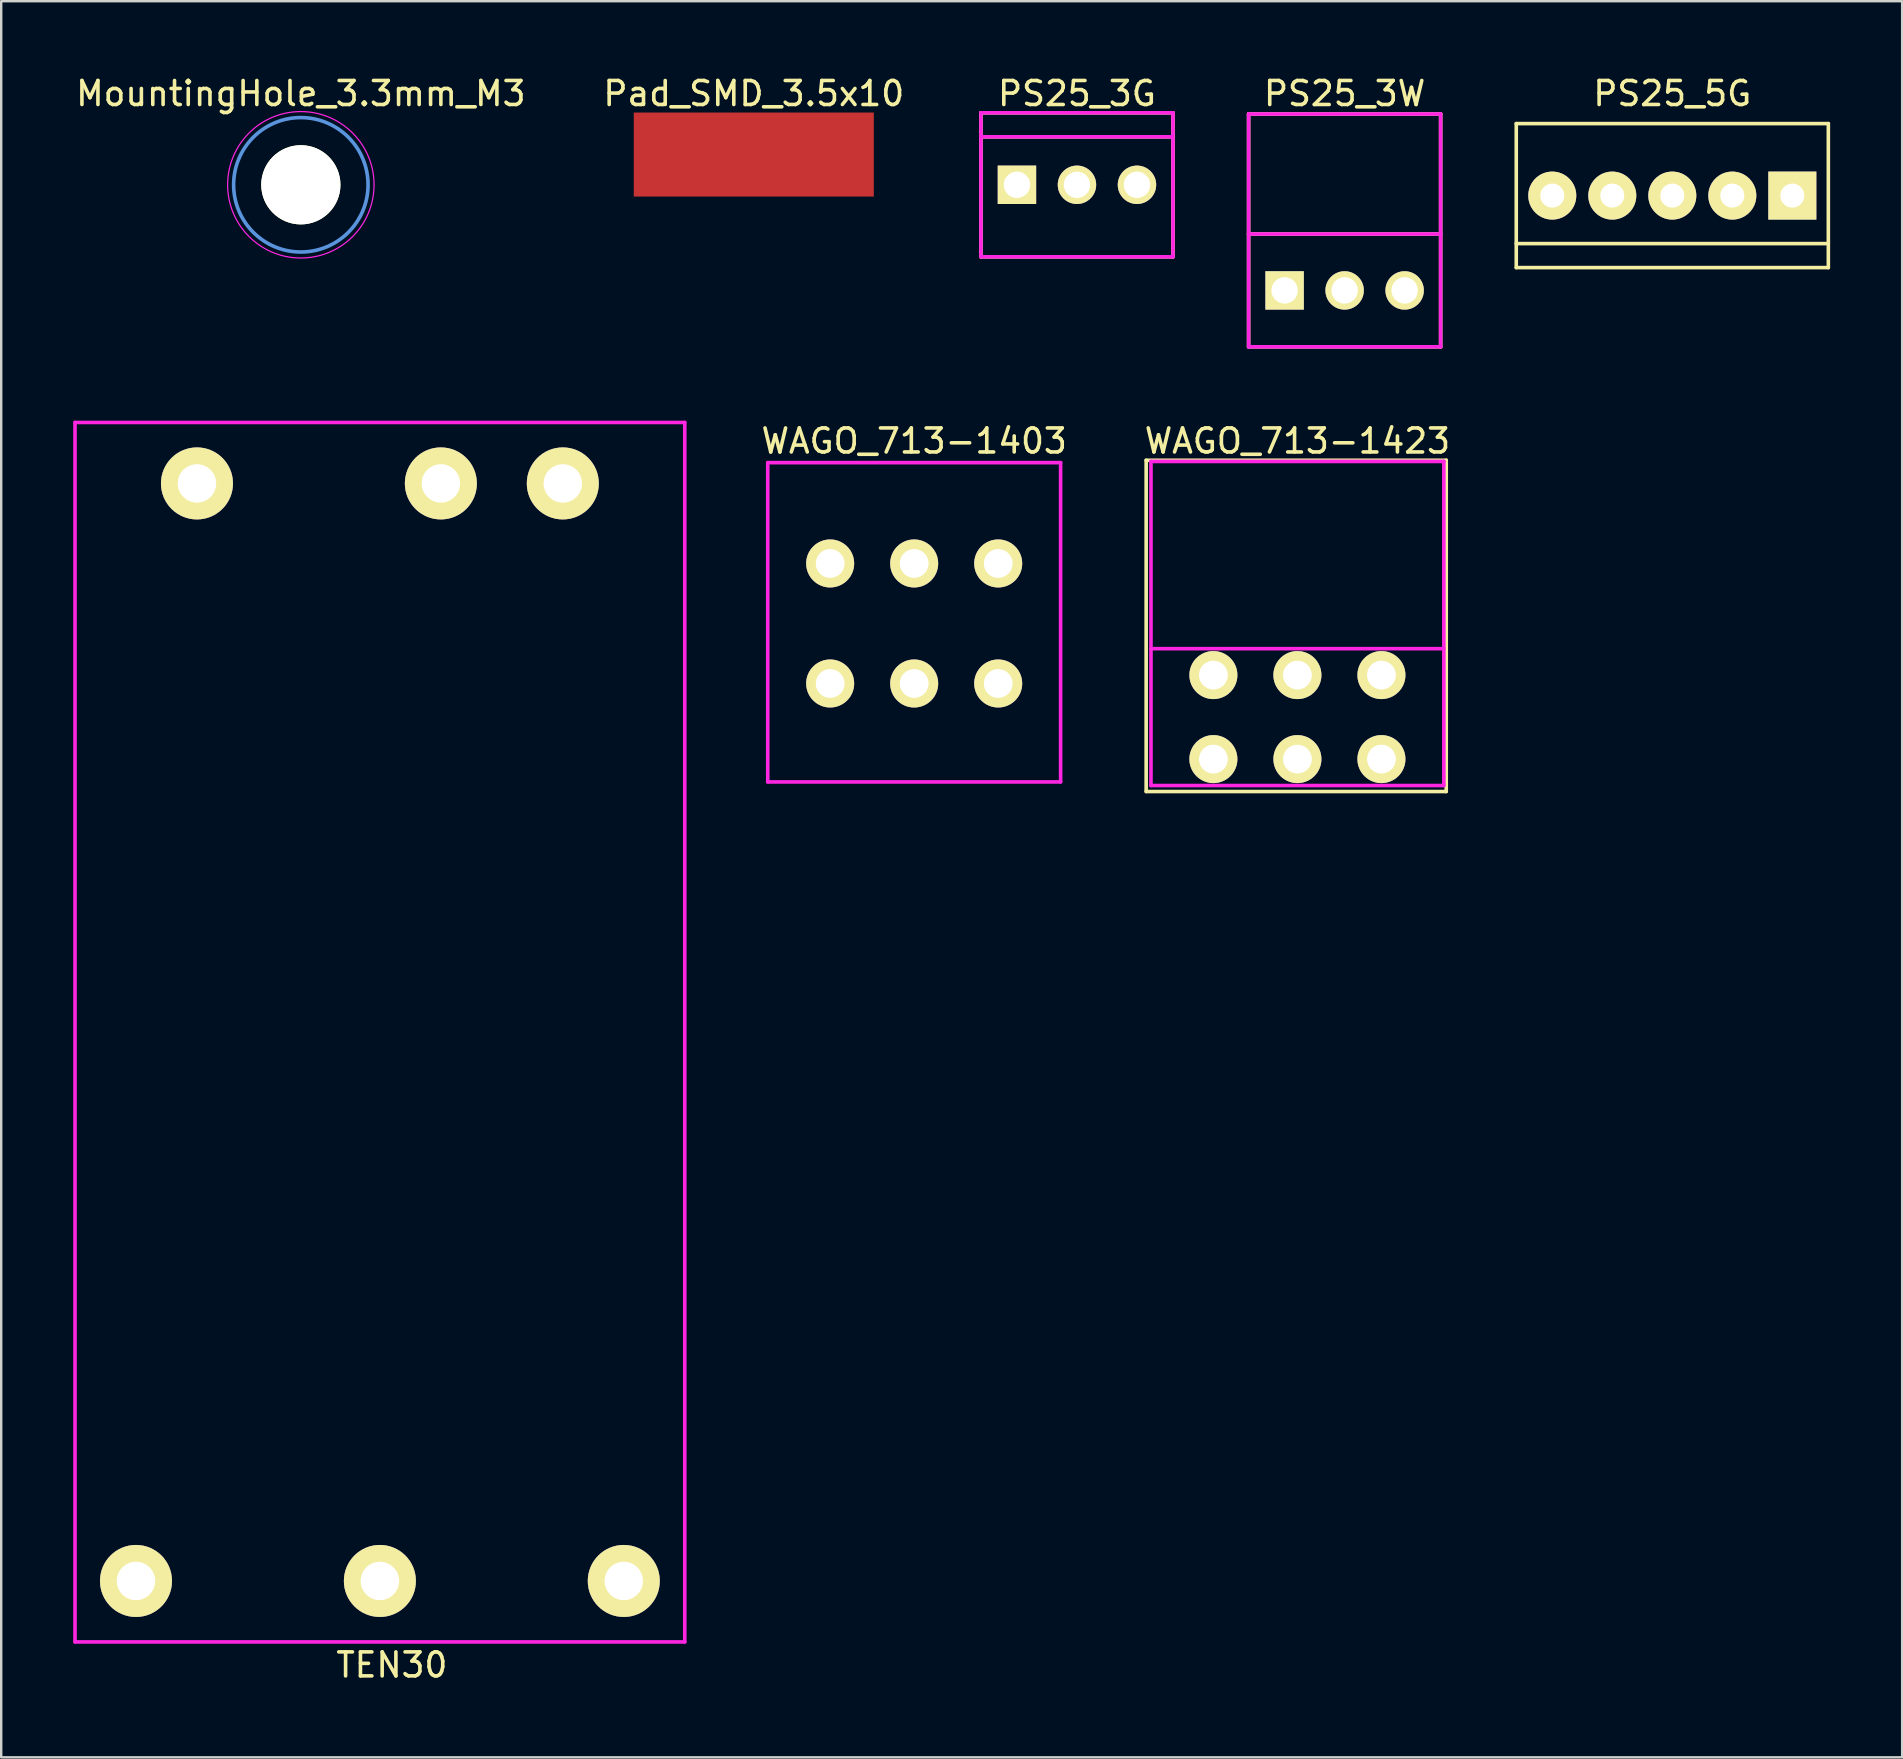
<source format=kicad_pcb>
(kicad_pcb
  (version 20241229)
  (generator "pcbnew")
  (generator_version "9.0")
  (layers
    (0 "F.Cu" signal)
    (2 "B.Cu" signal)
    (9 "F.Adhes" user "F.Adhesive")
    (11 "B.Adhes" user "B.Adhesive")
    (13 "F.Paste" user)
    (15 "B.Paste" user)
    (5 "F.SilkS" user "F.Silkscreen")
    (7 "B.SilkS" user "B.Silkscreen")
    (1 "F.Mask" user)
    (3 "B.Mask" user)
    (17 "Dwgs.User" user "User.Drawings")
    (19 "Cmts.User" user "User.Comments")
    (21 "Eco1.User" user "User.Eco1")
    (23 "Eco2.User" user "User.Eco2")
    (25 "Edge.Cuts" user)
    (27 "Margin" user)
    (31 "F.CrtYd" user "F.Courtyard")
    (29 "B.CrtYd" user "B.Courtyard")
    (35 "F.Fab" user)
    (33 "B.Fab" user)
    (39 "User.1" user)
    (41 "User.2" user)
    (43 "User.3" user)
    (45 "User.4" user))
  (footprint "PS25_5G"
    (layer "F.Cu")
    (at 66.613 5.098)
    (property "Reference" "PS25_5G" (at 0 -4.25 0) (layer "F.SilkS") (effects (font (size 1 1) (thickness 0.15))))
    (attr through_hole)
    (fp_line (start -6.5 -3) (end -6.5 3) (stroke (width 0.15) (type solid)) (layer "F.SilkS"))
    (fp_line (start 6.5 -3) (end -6.5 -3) (stroke (width 0.15) (type solid)) (layer "F.SilkS"))
    (fp_line (start 6.5 2) (end -6.5 2) (stroke (width 0.15) (type solid)) (layer "F.SilkS"))
    (fp_line (start 6.5 3) (end -6.5 3) (stroke (width 0.15) (type solid)) (layer "F.SilkS"))
    (fp_line (start 6.5 3) (end 6.5 -3) (stroke (width 0.15) (type solid)) (layer "F.SilkS"))
    (pad "1" thru_hole rect (at 5 0) (size 2 2) (drill 1) (layers "*.Cu" "*.Mask" "F.SilkS"))
    (pad "2" thru_hole circle (at 2.5 0) (size 2 2) (drill 1) (layers "*.Cu" "*.Mask" "F.SilkS"))
    (pad "3" thru_hole circle (at 0 0) (size 2 2) (drill 1) (layers "*.Cu" "*.Mask" "F.SilkS"))
    (pad "4" thru_hole circle (at -2.5 0) (size 2 2) (drill 1) (layers "*.Cu" "*.Mask" "F.SilkS"))
    (pad "5" thru_hole circle (at -5 0) (size 2 2) (drill 1) (layers "*.Cu" "*.Mask" "F.SilkS")))
  (footprint "MountingHole_3.3mm_M3"
    (layer "F.Cu")
    (at 9.482 4.648)
    (property "Reference" "MountingHole_3.3mm_M3" (at 0 -3.8 0) (layer "F.SilkS") (effects (font (size 1 1) (thickness 0.15))))
    (attr through_hole)
    (fp_circle (center 0 0) (end 2.8 0) (stroke (width 0.15) (type solid)) (fill no) (layer "Cmts.User"))
    (fp_circle (center 0 0) (end 3.05 0) (stroke (width 0.05) (type solid)) (fill no) (layer "F.CrtYd"))
    (pad "" np_thru_hole circle (at 0 0) (size 3.3 3.3) (drill 3.3) (layers "*.Cu" "*.Mask" "F.SilkS")))
  (footprint "PS25_3G"
    (layer "F.Cu")
    (at 39.313 4.648)
    (property "Reference" "PS25_3G" (at 2.5 -3.8 0) (layer "F.SilkS") (effects (font (size 1 1) (thickness 0.15))))
    (attr through_hole)
    (fp_line (start -1.5 -3) (end 6.5 -3) (stroke (width 0.15) (type solid)) (layer "F.SilkS"))
    (fp_line (start -1.5 -2) (end 6.5 -2) (stroke (width 0.15) (type solid)) (layer "F.SilkS"))
    (fp_line (start -1.5 3) (end -1.5 -3) (stroke (width 0.15) (type solid)) (layer "F.SilkS"))
    (fp_line (start 6.5 -3) (end 6.5 3) (stroke (width 0.15) (type solid)) (layer "F.SilkS"))
    (fp_line (start 6.5 3) (end -1.5 3) (stroke (width 0.15) (type solid)) (layer "F.SilkS"))
    (fp_line (start -1.5 -3) (end 6.5 -3) (stroke (width 0.15) (type solid)) (layer "F.CrtYd"))
    (fp_line (start -1.5 -2) (end 6.45 -2) (stroke (width 0.15) (type solid)) (layer "F.CrtYd"))
    (fp_line (start -1.5 3) (end -1.5 -3) (stroke (width 0.15) (type solid)) (layer "F.CrtYd"))
    (fp_line (start 6.5 -3) (end 6.5 3) (stroke (width 0.15) (type solid)) (layer "F.CrtYd"))
    (fp_line (start 6.5 3) (end -1.5 3) (stroke (width 0.15) (type solid)) (layer "F.CrtYd"))
    (pad "1" thru_hole rect (at 0 0) (size 1.6 1.6) (drill 1.1) (layers "*.Cu" "*.Mask" "F.SilkS"))
    (pad "2" thru_hole circle (at 2.5 0) (size 1.6 1.6) (drill 1.1) (layers "*.Cu" "*.Mask" "F.SilkS"))
    (pad "3" thru_hole circle (at 5 0) (size 1.6 1.6) (drill 1.1) (layers "*.Cu" "*.Mask" "F.SilkS")))
  (footprint "Pad_SMD_3.5x10"
    (layer "F.Cu")
    (at 28.351 3.388)
    (property "Reference" "Pad_SMD_3.5x10" (at 0 -2.54 180) (layer "F.SilkS") (effects (font (size 1 1) (thickness 0.15))))
    (attr through_hole)
    (pad "1" smd rect (at 0 0) (size 10 3.5) (layers "F.Cu" "F.Mask" "F.Paste")))
  (footprint "WAGO_713-1423"
    (layer "F.Cu")
    (at 50.996 26.822)
    (property "Reference" "WAGO_713-1423" (at 0 -11.5 0) (layer "F.SilkS") (effects (font (size 1 1) (thickness 0.15))))
    (attr through_hole)
    (fp_line (start -6.3 -10.7) (end 6.2 -10.7) (stroke (width 0.15) (type solid)) (layer "F.SilkS"))
    (fp_line (start -6.3 3.1) (end -6.3 -10.7) (stroke (width 0.15) (type solid)) (layer "F.SilkS"))
    (fp_line (start 6.2 -10.7) (end 6.2 3.1) (stroke (width 0.15) (type solid)) (layer "F.SilkS"))
    (fp_line (start 6.2 3.1) (end -6.3 3.1) (stroke (width 0.15) (type solid)) (layer "F.SilkS"))
    (fp_line (start -6.1 -10.65) (end 6.1 -10.65) (stroke (width 0.15) (type solid)) (layer "F.CrtYd"))
    (fp_line (start -6.1 -2.85) (end 6.1 -2.85) (stroke (width 0.15) (type solid)) (layer "F.CrtYd"))
    (fp_line (start -6.1 2.85) (end -6.1 -10.65) (stroke (width 0.15) (type solid)) (layer "F.CrtYd"))
    (fp_line (start -6.1 2.85) (end 6.1 2.85) (stroke (width 0.15) (type solid)) (layer "F.CrtYd"))
    (fp_line (start 6.1 2.85) (end 6.1 -10.65) (stroke (width 0.15) (type solid)) (layer "F.CrtYd"))
    (pad "1" thru_hole circle (at -3.5 1.75) (size 2 2) (drill 1.2) (layers "*.Cu" "*.Mask" "F.SilkS"))
    (pad "2" thru_hole circle (at -3.5 -1.75) (size 2 2) (drill 1.2) (layers "*.Cu" "*.Mask" "F.SilkS"))
    (pad "3" thru_hole circle (at 0 1.75) (size 2 2) (drill 1.2) (layers "*.Cu" "*.Mask" "F.SilkS"))
    (pad "4" thru_hole circle (at 0 -1.75) (size 2 2) (drill 1.2) (layers "*.Cu" "*.Mask" "F.SilkS"))
    (pad "5" thru_hole circle (at 3.5 1.75) (size 2 2) (drill 1.2) (layers "*.Cu" "*.Mask" "F.SilkS"))
    (pad "6" thru_hole circle (at 3.5 -1.75) (size 2 2) (drill 1.2) (layers "*.Cu" "*.Mask" "F.SilkS")))
  (footprint "WAGO_713-1403"
    (layer "F.Cu")
    (at 35.032 22.872)
    (property "Reference" "WAGO_713-1403" (at 0 -7.55 0) (layer "F.SilkS") (effects (font (size 1 1) (thickness 0.15))))
    (attr through_hole)
    (fp_line (start -6.1 -6.65) (end -6.1 6.65) (stroke (width 0.15) (type solid)) (layer "F.CrtYd"))
    (fp_line (start -6.1 6.65) (end 6.1 6.65) (stroke (width 0.15) (type solid)) (layer "F.CrtYd"))
    (fp_line (start 6.1 -6.65) (end -6.1 -6.65) (stroke (width 0.15) (type solid)) (layer "F.CrtYd"))
    (fp_line (start 6.1 6.65) (end 6.1 -6.65) (stroke (width 0.15) (type solid)) (layer "F.CrtYd"))
    (pad "1" thru_hole circle (at -3.5 2.55) (size 2 2) (drill 1.2) (layers "*.Cu" "*.Mask" "F.SilkS"))
    (pad "2" thru_hole circle (at -3.5 -2.45) (size 2 2) (drill 1.2) (layers "*.Cu" "*.Mask" "F.SilkS"))
    (pad "3" thru_hole circle (at 0 2.55) (size 2 2) (drill 1.2) (layers "*.Cu" "*.Mask" "F.SilkS"))
    (pad "4" thru_hole circle (at 0 -2.45) (size 2 2) (drill 1.2) (layers "*.Cu" "*.Mask" "F.SilkS"))
    (pad "5" thru_hole circle (at 3.5 2.55) (size 2 2) (drill 1.2) (layers "*.Cu" "*.Mask" "F.SilkS"))
    (pad "6" thru_hole circle (at 3.5 -2.45) (size 2 2) (drill 1.2) (layers "*.Cu" "*.Mask" "F.SilkS")))
  (footprint "TEN30"
    (layer "F.Cu")
    (at 12.775 39.948)
    (property "Reference" "TEN30" (at 0.5 26.36 0) (layer "F.SilkS") (effects (font (size 1 1) (thickness 0.15))))
    (attr through_hole)
    (fp_line (start -12.7 -25.4) (end 12.7 -25.4) (stroke (width 0.15) (type solid)) (layer "F.CrtYd"))
    (fp_line (start -12.7 25.4) (end -12.7 -25.4) (stroke (width 0.15) (type solid)) (layer "F.CrtYd"))
    (fp_line (start 12.7 -25.4) (end 12.7 25.4) (stroke (width 0.15) (type solid)) (layer "F.CrtYd"))
    (fp_line (start 12.7 25.4) (end -12.7 25.4) (stroke (width 0.15) (type solid)) (layer "F.CrtYd"))
    (pad "1" thru_hole circle (at 7.62 -22.86) (size 3 3) (drill 1.6) (layers "*.Cu" "*.Mask" "F.SilkS"))
    (pad "2" thru_hole circle (at 2.54 -22.86) (size 3 3) (drill 1.6) (layers "*.Cu" "*.Mask" "F.SilkS"))
    (pad "3" thru_hole circle (at -7.62 -22.86) (size 3 3) (drill 1.6) (layers "*.Cu" "*.Mask" "F.SilkS"))
    (pad "4" thru_hole circle (at 10.16 22.86) (size 3 3) (drill 1.6) (layers "*.Cu" "*.Mask" "F.SilkS"))
    (pad "5" thru_hole circle (at 0 22.86) (size 3 3) (drill 1.6) (layers "*.Cu" "*.Mask" "F.SilkS"))
    (pad "6" thru_hole circle (at -10.16 22.86) (size 3 3) (drill 1.6) (layers "*.Cu" "*.Mask" "F.SilkS")))
  (footprint "PS25_3W"
    (layer "F.Cu")
    (at 50.463 9.048)
    (property "Reference" "PS25_3W" (at 2.5 -8.2 0) (layer "F.SilkS") (effects (font (size 1 1) (thickness 0.15))))
    (attr through_hole)
    (fp_line (start -1.5 -7.35) (end 6.5 -7.35) (stroke (width 0.15) (type solid)) (layer "F.SilkS"))
    (fp_line (start -1.5 -2.35) (end 6.5 -2.35) (stroke (width 0.15) (type solid)) (layer "F.SilkS"))
    (fp_line (start -1.5 2.35) (end -1.5 -7.35) (stroke (width 0.15) (type solid)) (layer "F.SilkS"))
    (fp_line (start 6.5 -7.35) (end 6.5 2.35) (stroke (width 0.15) (type solid)) (layer "F.SilkS"))
    (fp_line (start 6.5 2.35) (end -1.5 2.35) (stroke (width 0.15) (type solid)) (layer "F.SilkS"))
    (fp_line (start -1.5 -7.35) (end 6.5 -7.35) (stroke (width 0.15) (type solid)) (layer "F.CrtYd"))
    (fp_line (start -1.5 -2.35) (end -1.5 -7.35) (stroke (width 0.15) (type solid)) (layer "F.CrtYd"))
    (fp_line (start -1.5 -2.35) (end 6.5 -2.35) (stroke (width 0.15) (type solid)) (layer "F.CrtYd"))
    (fp_line (start -1.5 2.35) (end -1.5 -2.35) (stroke (width 0.15) (type solid)) (layer "F.CrtYd"))
    (fp_line (start 6.5 -7.35) (end 6.5 -2.35) (stroke (width 0.15) (type solid)) (layer "F.CrtYd"))
    (fp_line (start 6.5 -2.35) (end 6.5 2.35) (stroke (width 0.15) (type solid)) (layer "F.CrtYd"))
    (fp_line (start 6.5 2.35) (end -1.5 2.35) (stroke (width 0.15) (type solid)) (layer "F.CrtYd"))
    (pad "1" thru_hole rect (at 0 0) (size 1.6 1.6) (drill 1.1) (layers "*.Cu" "*.Mask" "F.SilkS"))
    (pad "2" thru_hole circle (at 2.5 0) (size 1.6 1.6) (drill 1.1) (layers "*.Cu" "*.Mask" "F.SilkS"))
    (pad "3" thru_hole circle (at 5 0) (size 1.6 1.6) (drill 1.1) (layers "*.Cu" "*.Mask" "F.SilkS")))
  (gr_rect
    (start -3 -3)
    (end 76.188 70.156)
    (stroke (width 0.1) (type default))
    (fill no)
    (layer "Edge.Cuts")))
</source>
